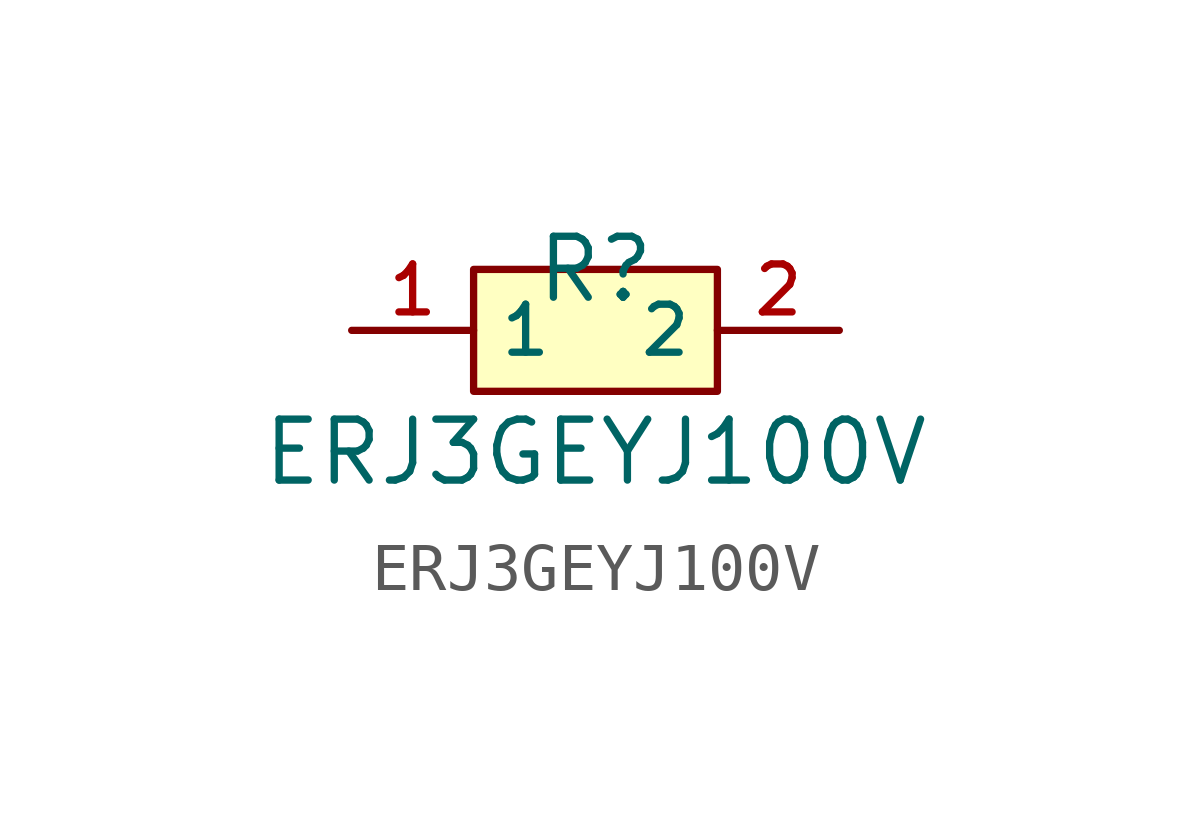
<source format=kicad_sym>
(kicad_symbol_lib
  (version 20210201)
  (generator TousstNicolas/JLC2KiCad_lib)
  (symbol "ERJ3GEYJ100V"
    (property "Reference" "R"
      (at 0 1.27 0)
      (effects (font (size 1.27 1.27))))
    (property "Value" "ERJ3GEYJ100V"
      (at 0 -2.54 0)
      (effects (font (size 1.27 1.27))))
    (symbol "ERJ3GEYJ100V_0_1"
      (pin unspecified line (at -5.08 -0.0 0) (length 2.54) (name "1" (effects (font (size 1 1)))) (number "1" (effects (font (size 1 1)))))
      (pin unspecified line (at 5.08 -0.0 180) (length 2.54) (name "2" (effects (font (size 1 1)))) (number "2" (effects (font (size 1 1)))))
      (rectangle (start -2.54 1.27) (end 2.54 -1.27) (stroke (width 0) (type default) (color 0 0 0 0)) (fill (type background))))))
</source>
